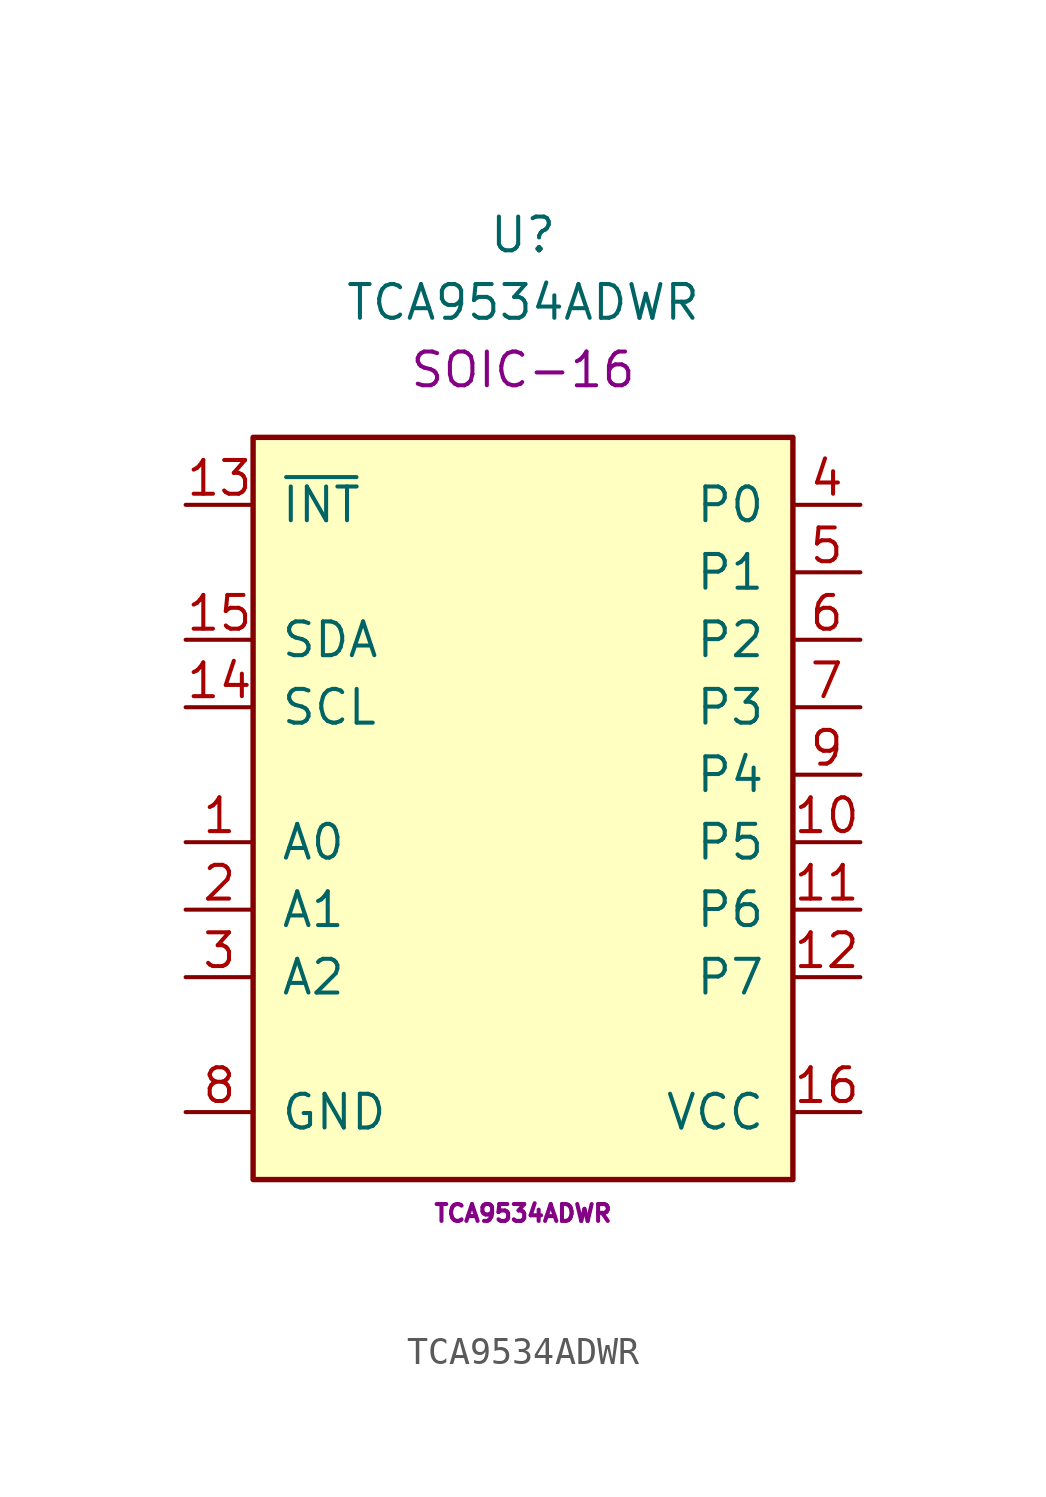
<source format=kicad_sym>
(kicad_symbol_lib
  (version 20211014)
  (generator kicad_symbol_editor)
  (symbol "TCA9534ADWR"
    (pin_names
      (offset 1.016))
    (property "Reference" "U"
      (at 0 20.32 0)
      (effects (font (size 1.27 1.27))))
    (property "Value" "TCA9534ADWR"
      (at 0 17.78 0)
      (effects (font (size 1.27 1.27))))
    (property "Package" "SOIC-16"
      (at 0 15.24 0)
      (effects (font (size 1.27 1.27))))
    (property "ID" "TCA9534ADWR"
      (at 0 -16.51 0)
      (effects (font (size 0.635 0.635))))
    (symbol "TCA9534ADWR_0_1"
      (rectangle (start -10.16 12.7) (end 10.16 -15.24) (stroke (width 0.203) (type default) (color 0 0 0 0)) (fill (type background))))
    (symbol "TCA9534ADWR_1_1"
      (pin input line (at -12.7 -2.54 0) (length 2.54) (name "A0" (effects (font (size 1.27 1.27)))) (number "1" (effects (font (size 1.27 1.27)))))
      (pin bidirectional line (at 12.7 -2.54 180) (length 2.54) (name "P5" (effects (font (size 1.27 1.27)))) (number "10" (effects (font (size 1.27 1.27)))))
      (pin bidirectional line (at 12.7 -5.08 180) (length 2.54) (name "P6" (effects (font (size 1.27 1.27)))) (number "11" (effects (font (size 1.27 1.27)))))
      (pin bidirectional line (at 12.7 -7.62 180) (length 2.54) (name "P7" (effects (font (size 1.27 1.27)))) (number "12" (effects (font (size 1.27 1.27)))))
      (pin open_collector line (at -12.7 10.16 0) (length 2.54) (name "~{INT}" (effects (font (size 1.27 1.27)))) (number "13" (effects (font (size 1.27 1.27)))))
      (pin open_collector line (at -12.7 2.54 0) (length 2.54) (name "SCL" (effects (font (size 1.27 1.27)))) (number "14" (effects (font (size 1.27 1.27)))))
      (pin open_collector line (at -12.7 5.08 0) (length 2.54) (name "SDA" (effects (font (size 1.27 1.27)))) (number "15" (effects (font (size 1.27 1.27)))))
      (pin power_in line (at 12.7 -12.7 180) (length 2.54) (name "VCC" (effects (font (size 1.27 1.27)))) (number "16" (effects (font (size 1.27 1.27)))))
      (pin input line (at -12.7 -5.08 0) (length 2.54) (name "A1" (effects (font (size 1.27 1.27)))) (number "2" (effects (font (size 1.27 1.27)))))
      (pin input line (at -12.7 -7.62 0) (length 2.54) (name "A2" (effects (font (size 1.27 1.27)))) (number "3" (effects (font (size 1.27 1.27)))))
      (pin bidirectional line (at 12.7 10.16 180) (length 2.54) (name "P0" (effects (font (size 1.27 1.27)))) (number "4" (effects (font (size 1.27 1.27)))))
      (pin bidirectional line (at 12.7 7.62 180) (length 2.54) (name "P1" (effects (font (size 1.27 1.27)))) (number "5" (effects (font (size 1.27 1.27)))))
      (pin bidirectional line (at 12.7 5.08 180) (length 2.54) (name "P2" (effects (font (size 1.27 1.27)))) (number "6" (effects (font (size 1.27 1.27)))))
      (pin bidirectional line (at 12.7 2.54 180) (length 2.54) (name "P3" (effects (font (size 1.27 1.27)))) (number "7" (effects (font (size 1.27 1.27)))))
      (pin power_in line (at -12.7 -12.7 0) (length 2.54) (name "GND" (effects (font (size 1.27 1.27)))) (number "8" (effects (font (size 1.27 1.27)))))
      (pin bidirectional line (at 12.7 0 180) (length 2.54) (name "P4" (effects (font (size 1.27 1.27)))) (number "9" (effects (font (size 1.27 1.27))))))))
</source>
